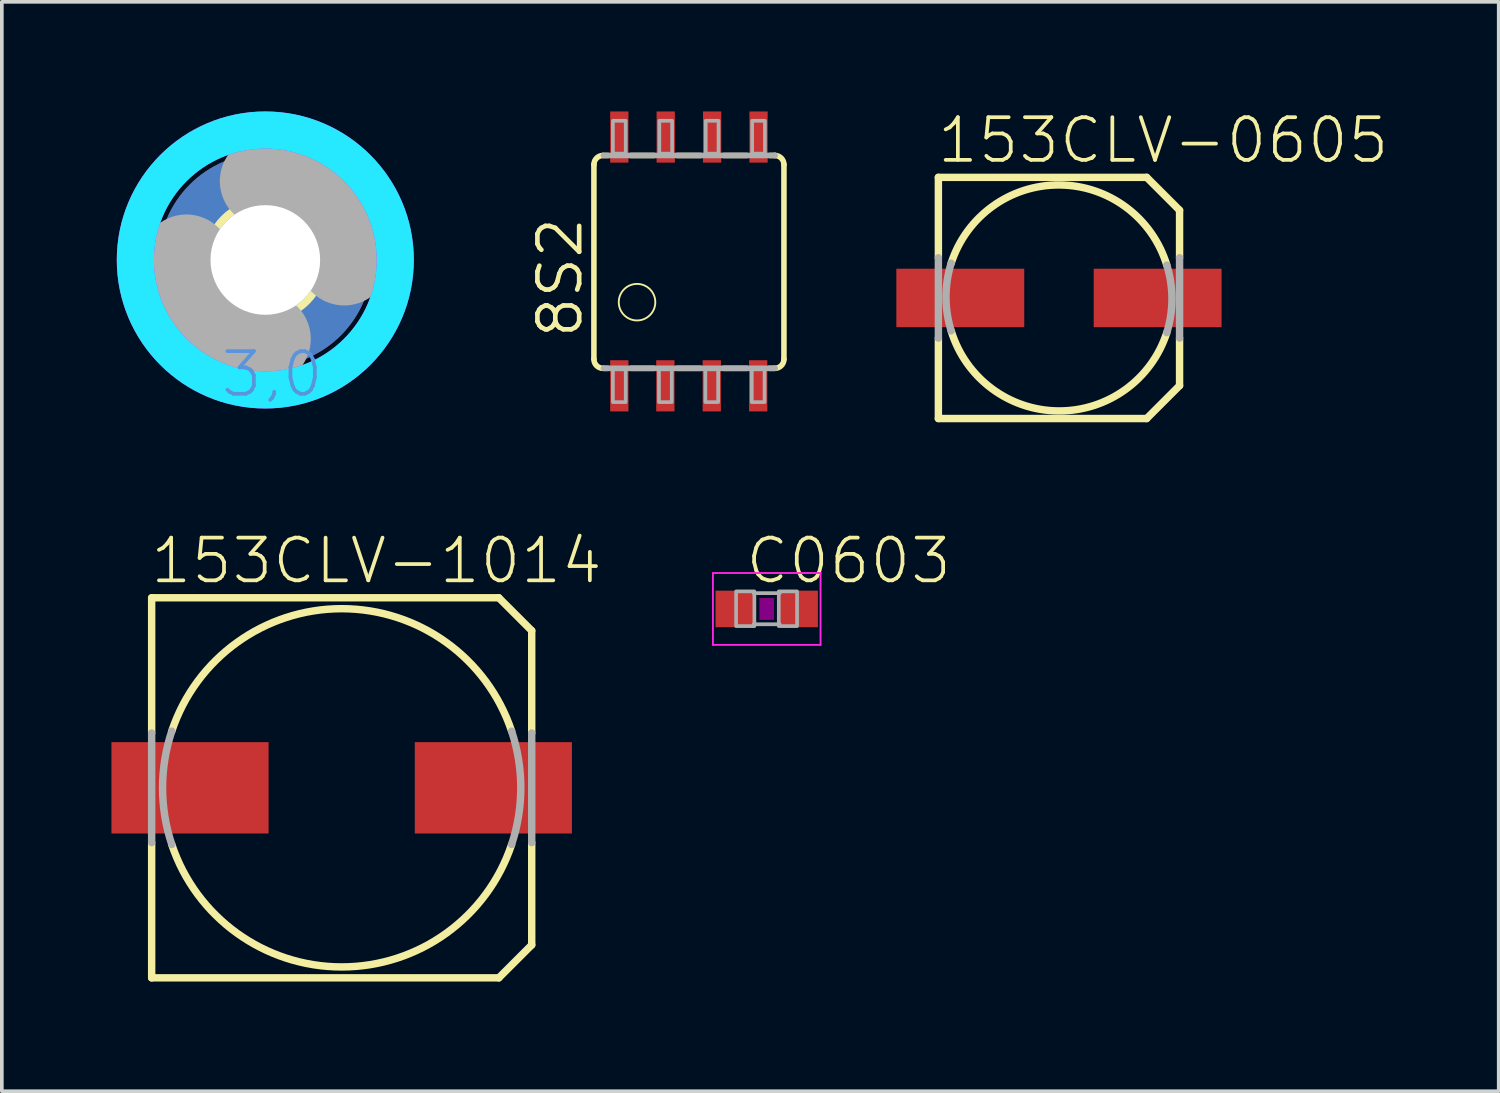
<source format=kicad_pcb>
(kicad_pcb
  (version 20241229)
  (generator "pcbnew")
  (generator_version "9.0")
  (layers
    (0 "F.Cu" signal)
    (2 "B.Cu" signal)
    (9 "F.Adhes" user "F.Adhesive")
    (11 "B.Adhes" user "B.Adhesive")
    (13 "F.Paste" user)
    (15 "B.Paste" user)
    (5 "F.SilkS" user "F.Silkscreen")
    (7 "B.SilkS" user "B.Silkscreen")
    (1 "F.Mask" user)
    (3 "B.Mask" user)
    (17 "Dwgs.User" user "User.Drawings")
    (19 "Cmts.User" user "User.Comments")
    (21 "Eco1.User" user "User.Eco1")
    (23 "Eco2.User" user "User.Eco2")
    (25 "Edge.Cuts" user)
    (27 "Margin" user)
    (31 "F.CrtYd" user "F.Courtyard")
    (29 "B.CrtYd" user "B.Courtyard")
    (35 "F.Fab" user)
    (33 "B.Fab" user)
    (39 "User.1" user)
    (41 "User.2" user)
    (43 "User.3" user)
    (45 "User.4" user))
  (footprint "153CLV-0605"
    (layer "F.Cu")
    (at 25.928 5.103)
    (property "Reference" "153CLV-0605" (at -3.39 -3.63 0) (unlocked yes) (layer "F.SilkS") (effects (font (size 1.168 1.168) (thickness 0.102)) (justify left bottom)))
    (fp_line (start -3.3 -3.3) (end 2.4 -3.3) (stroke (width 0.203) (type solid)) (layer "F.SilkS"))
    (fp_line (start -3.3 -1.1) (end -3.3 -3.3) (stroke (width 0.203) (type solid)) (layer "F.SilkS"))
    (fp_line (start -3.3 3.3) (end -3.3 1.1) (stroke (width 0.203) (type solid)) (layer "F.SilkS"))
    (fp_line (start 2.4 -3.3) (end 3.3 -2.4) (stroke (width 0.203) (type solid)) (layer "F.SilkS"))
    (fp_line (start 2.4 3.3) (end -3.3 3.3) (stroke (width 0.203) (type solid)) (layer "F.SilkS"))
    (fp_line (start 3.3 -2.4) (end 3.3 -1.1) (stroke (width 0.203) (type solid)) (layer "F.SilkS"))
    (fp_line (start 3.3 1.1) (end 3.3 2.4) (stroke (width 0.203) (type solid)) (layer "F.SilkS"))
    (fp_line (start 3.3 2.4) (end 2.4 3.3) (stroke (width 0.203) (type solid)) (layer "F.SilkS"))
    (fp_arc (start -2.95 -0.95) (mid 0.018362 -3.091623) (end 2.950002 -0.900001) (stroke (width 0.2032) (type solid)) (layer "F.SilkS"))
    (fp_arc (start 2.949998 0.949999) (mid -0.018362 3.09162) (end -2.95 0.9) (stroke (width 0.2032) (type solid)) (layer "F.SilkS"))
    (fp_line (start -3.3 1.1) (end -3.3 -1.1) (stroke (width 0.203) (type solid)) (layer "F.Fab"))
    (fp_line (start 3.3 -1.1) (end 3.3 1.1) (stroke (width 0.203) (type solid)) (layer "F.Fab"))
    (fp_arc (start -2.95 0.9) (mid -3.091622 -0.025) (end -2.95 -0.95) (stroke (width 0.2032) (type solid)) (layer "F.Fab"))
    (fp_arc (start 2.95 -0.9) (mid 3.091622 0.025) (end 2.95 0.95) (stroke (width 0.2032) (type solid)) (layer "F.Fab"))
    (pad "+" smd rect (at 2.7 0) (size 3.5 1.6) (layers "F.Cu" "F.Mask" "F.Paste"))
    (pad "-" smd rect (at -2.7 0) (size 3.5 1.6) (layers "F.Cu" "F.Mask" "F.Paste")))
  (footprint "153CLV-1014"
    (layer "F.Cu")
    (at 6.3 18.508)
    (property "Reference" "153CLV-1014" (at -5.29 -5.53 0) (unlocked yes) (layer "F.SilkS") (effects (font (size 1.168 1.168) (thickness 0.102)) (justify left bottom)))
    (fp_line (start -5.2 -5.2) (end 4.3 -5.2) (stroke (width 0.203) (type solid)) (layer "F.SilkS"))
    (fp_line (start -5.2 -1.5) (end -5.2 -5.2) (stroke (width 0.203) (type solid)) (layer "F.SilkS"))
    (fp_line (start -5.2 5.2) (end -5.2 1.5) (stroke (width 0.203) (type solid)) (layer "F.SilkS"))
    (fp_line (start 4.3 -5.2) (end 5.2 -4.3) (stroke (width 0.203) (type solid)) (layer "F.SilkS"))
    (fp_line (start 4.3 5.2) (end -5.2 5.2) (stroke (width 0.203) (type solid)) (layer "F.SilkS"))
    (fp_line (start 5.2 -4.3) (end 5.2 -1.5) (stroke (width 0.203) (type solid)) (layer "F.SilkS"))
    (fp_line (start 5.2 1.5) (end 5.2 4.3) (stroke (width 0.203) (type solid)) (layer "F.SilkS"))
    (fp_line (start 5.2 4.3) (end 4.3 5.2) (stroke (width 0.203) (type solid)) (layer "F.SilkS"))
    (fp_arc (start -4.65 -1.55) (mid 0 -4.90153) (end 4.65 -1.55) (stroke (width 0.2032) (type solid)) (layer "F.SilkS"))
    (fp_arc (start 4.65 1.55) (mid 0 4.90153) (end -4.65 1.55) (stroke (width 0.2032) (type solid)) (layer "F.SilkS"))
    (fp_line (start -5.2 1.5) (end -5.2 -1.5) (stroke (width 0.203) (type solid)) (layer "F.Fab"))
    (fp_line (start 5.2 -1.5) (end 5.2 1.5) (stroke (width 0.203) (type solid)) (layer "F.Fab"))
    (fp_arc (start -4.65 1.55) (mid -4.90153 0) (end -4.65 -1.55) (stroke (width 0.2032) (type solid)) (layer "F.Fab"))
    (fp_arc (start 4.65 -1.55) (mid 4.90153 0) (end 4.65 1.55) (stroke (width 0.2032) (type solid)) (layer "F.Fab"))
    (pad "+" smd rect (at 4.15 0) (size 4.3 2.5) (layers "F.Cu" "F.Mask" "F.Paste"))
    (pad "-" smd rect (at -4.15 0) (size 4.3 2.5) (layers "F.Cu" "F.Mask" "F.Paste")))
  (footprint "8S2"
    (layer "F.Cu")
    (at 15.802 4.104)
    (property "Reference" "8S2" (at -2.857 2.159 90) (unlocked yes) (layer "F.SilkS") (effects (font (size 1.143 1.143) (thickness 0.127)) (justify left bottom)))
    (fp_line (start -2.6 -2.65) (end -2.6 2.665) (stroke (width 0.152) (type solid)) (layer "F.SilkS"))
    (fp_line (start -2.21 -2.9) (end -2.34 -2.9) (stroke (width 0.152) (type solid)) (layer "F.SilkS"))
    (fp_line (start -2.21 2.925) (end -2.34 2.925) (stroke (width 0.152) (type solid)) (layer "F.SilkS"))
    (fp_line (start -1.59 -2.9) (end -0.95 -2.9) (stroke (width 0.152) (type solid)) (layer "F.SilkS"))
    (fp_line (start -0.95 2.925) (end -1.59 2.925) (stroke (width 0.152) (type solid)) (layer "F.SilkS"))
    (fp_line (start -0.32 -2.9) (end 0.32 -2.9) (stroke (width 0.152) (type solid)) (layer "F.SilkS"))
    (fp_line (start 0.32 2.925) (end -0.33 2.925) (stroke (width 0.152) (type solid)) (layer "F.SilkS"))
    (fp_line (start 0.95 -2.9) (end 1.59 -2.9) (stroke (width 0.152) (type solid)) (layer "F.SilkS"))
    (fp_line (start 1.59 2.925) (end 0.94 2.925) (stroke (width 0.152) (type solid)) (layer "F.SilkS"))
    (fp_line (start 2.2 2.925) (end 2.33 2.925) (stroke (width 0.152) (type solid)) (layer "F.SilkS"))
    (fp_line (start 2.21 -2.9) (end 2.36 -2.9) (stroke (width 0.152) (type solid)) (layer "F.SilkS"))
    (fp_line (start 2.6 2.675) (end 2.6 -2.65) (stroke (width 0.152) (type solid)) (layer "F.SilkS"))
    (fp_arc (start -2.6 -2.65) (mid -2.526777 -2.826777) (end -2.35 -2.9) (stroke (width 0.1524) (type solid)) (layer "F.SilkS"))
    (fp_arc (start -2.35 2.925) (mid -2.526777 2.851777) (end -2.6 2.675) (stroke (width 0.1524) (type solid)) (layer "F.SilkS"))
    (fp_arc (start 2.35 -2.9) (mid 2.526777 -2.826777) (end 2.6 -2.65) (stroke (width 0.1524) (type solid)) (layer "F.SilkS"))
    (fp_arc (start 2.6 2.675) (mid 2.526777 2.851777) (end 2.35 2.925) (stroke (width 0.1524) (type solid)) (layer "F.SilkS"))
    (fp_circle (center -1.42 1.115) (end -0.92 1.115) (stroke (width 0.051) (type solid)) (fill no) (layer "F.SilkS"))
    (fp_line (start -2.34 -2.9) (end 2.36 -2.9) (stroke (width 0.152) (type solid)) (layer "F.Fab"))
    (fp_line (start 2.36 2.925) (end -2.34 2.925) (stroke (width 0.152) (type solid)) (layer "F.Fab"))
    (fp_poly (pts (xy -2.08 -2.95) (xy -1.73 -2.95) (xy -1.73 -3.85) (xy -2.08 -3.85)) (stroke (width 0.1) (type default)) (fill no) (layer "F.Fab"))
    (fp_poly (pts (xy -2.08 3.85) (xy -1.73 3.85) (xy -1.73 2.95) (xy -2.08 2.95)) (stroke (width 0.1) (type default)) (fill no) (layer "F.Fab"))
    (fp_poly (pts (xy -0.82 3.85) (xy -0.47 3.85) (xy -0.47 2.95) (xy -0.82 2.95)) (stroke (width 0.1) (type default)) (fill no) (layer "F.Fab"))
    (fp_poly (pts (xy -0.81 -2.95) (xy -0.46 -2.95) (xy -0.46 -3.85) (xy -0.81 -3.85)) (stroke (width 0.1) (type default)) (fill no) (layer "F.Fab"))
    (fp_poly (pts (xy 0.45 3.85) (xy 0.8 3.85) (xy 0.8 2.95) (xy 0.45 2.95)) (stroke (width 0.1) (type default)) (fill no) (layer "F.Fab"))
    (fp_poly (pts (xy 0.46 -2.95) (xy 0.81 -2.95) (xy 0.81 -3.85) (xy 0.46 -3.85)) (stroke (width 0.1) (type default)) (fill no) (layer "F.Fab"))
    (fp_poly (pts (xy 1.72 3.85) (xy 2.07 3.85) (xy 2.07 2.95) (xy 1.72 2.95)) (stroke (width 0.1) (type default)) (fill no) (layer "F.Fab"))
    (fp_poly (pts (xy 1.73 -2.95) (xy 2.08 -2.95) (xy 2.08 -3.85) (xy 1.73 -3.85)) (stroke (width 0.1) (type default)) (fill no) (layer "F.Fab"))
    (pad "1" smd rect (at -1.905 3.404) (size 0.5 1.4) (layers "F.Cu" "F.Mask" "F.Paste"))
    (pad "2" smd rect (at -0.645 3.404) (size 0.5 1.4) (layers "F.Cu" "F.Mask" "F.Paste"))
    (pad "3" smd rect (at 0.625 3.404) (size 0.5 1.4) (layers "F.Cu" "F.Mask" "F.Paste"))
    (pad "4" smd rect (at 1.895 3.404) (size 0.5 1.4) (layers "F.Cu" "F.Mask" "F.Paste"))
    (pad "5" smd rect (at 1.905 -3.404) (size 0.5 1.4) (layers "F.Cu" "F.Mask" "F.Paste"))
    (pad "6" smd rect (at 0.635 -3.404) (size 0.5 1.4) (layers "F.Cu" "F.Mask" "F.Paste"))
    (pad "7" smd rect (at -0.635 -3.404) (size 0.5 1.4) (layers "F.Cu" "F.Mask" "F.Paste"))
    (pad "8" smd rect (at -1.905 -3.404) (size 0.5 1.4) (layers "F.Cu" "F.Mask" "F.Paste")))
  (footprint "3,0-PAD"
    (layer "F.Cu")
    (at 4.21 4.064)
    (property "Reference" "3,0-PAD" (at 0 0 0) (layer "F.SilkS") (effects (font (size 1.27 1.27) (thickness 0.15))))
    (fp_circle (center 0 0) (end 1.6 0) (stroke (width 0.203) (type solid)) (fill no) (layer "F.SilkS"))
    (fp_circle (center 0 0) (end 3.429 0) (stroke (width 0.152) (type solid)) (fill no) (layer "F.SilkS"))
    (fp_circle (center 0 0) (end 3.556 0) (stroke (width 1.016) (type solid)) (fill no) (layer "B.CrtYd"))
    (fp_circle (center 0 0) (end 3.556 0) (stroke (width 1.016) (type solid)) (fill no) (layer "F.CrtYd"))
    (fp_arc (start 0 -2.159) (mid 1.526644 -1.526644) (end 2.159 0) (stroke (width 2.4892) (type solid)) (layer "F.Fab"))
    (fp_arc (start 0 2.159) (mid -1.526644 1.526644) (end -2.159 0) (stroke (width 2.4892) (type solid)) (layer "F.Fab"))
    (fp_circle (center 0 0) (end 0.762 0) (stroke (width 0.457) (type solid)) (fill no) (layer "F.Fab"))
    (fp_text user "3,0" (at -1.27 3.81 0) (unlocked yes) (layer "Cmts.User") (effects (font (size 1.168 1.168) (thickness 0.102)) (justify left bottom)))
    (pad "B3,0" thru_hole circle (at 0 0) (size 5.842 5.842) (drill 3) (layers "*.Cu" "*.Mask"))
    (zone (net_name "") (layers "F.Cu" "B.Cu") (hatch edge 0.5) (connect_pads) (min_thickness 0.25) (filled_areas_thickness no) (keepout (tracks allowed) (vias not_allowed) (pads allowed) (copperpour allowed) (footprints allowed)) (placement (enabled no)) (fill) (polygon (pts (xy 8.274 4.064) (xy 8.254 3.659) (xy 8.194 3.259) (xy 8.094 2.866) (xy 7.955 2.485) (xy 7.779 2.12) (xy 7.568 1.775) (xy 7.324 1.452) (xy 7.048 1.155) (xy 6.744 0.887) (xy 6.415 0.65) (xy 6.064 0.448) (xy 5.695 0.281) (xy 5.311 0.152) (xy 4.916 0.062) (xy 4.514 0.011) (xy 4.109 0.001) (xy 3.705 0.032) (xy 3.306 0.102) (xy 2.916 0.212) (xy 2.539 0.36) (xy 2.178 0.544) (xy 1.838 0.764) (xy 1.521 1.017) (xy 1.231 1.3) (xy 0.971 1.61) (xy 0.743 1.945) (xy 0.549 2.301) (xy 0.391 2.674) (xy 0.272 3.061) (xy 0.192 3.458) (xy 0.151 3.861) (xy 0.151 4.267) (xy 0.192 4.67) (xy 0.272 5.067) (xy 0.391 5.454) (xy 0.549 5.827) (xy 0.743 6.183) (xy 0.971 6.518) (xy 1.231 6.828) (xy 1.521 7.111) (xy 1.838 7.364) (xy 2.178 7.584) (xy 2.539 7.768) (xy 2.916 7.916) (xy 3.306 8.026) (xy 3.705 8.096) (xy 4.109 8.127) (xy 4.514 8.117) (xy 4.916 8.066) (xy 5.311 7.976) (xy 5.695 7.847) (xy 6.064 7.68) (xy 6.415 7.478) (xy 6.744 7.241) (xy 7.048 6.973) (xy 7.324 6.676) (xy 7.568 6.353) (xy 7.779 6.008) (xy 7.955 5.643) (xy 8.094 5.262) (xy 8.194 4.869) (xy 8.254 4.469))) (polygon (pts (xy 7.258 4.064) (xy 7.239 3.717) (xy 7.179 3.374) (xy 7.081 3.04) (xy 6.946 2.719) (xy 6.775 2.416) (xy 6.57 2.135) (xy 6.335 1.878) (xy 6.072 1.65) (xy 5.784 1.454) (xy 5.477 1.291) (xy 5.152 1.165) (xy 4.816 1.077) (xy 4.471 1.027) (xy 4.123 1.017) (xy 3.777 1.047) (xy 3.436 1.116) (xy 3.105 1.224) (xy 2.788 1.368) (xy 2.49 1.548) (xy 2.214 1.76) (xy 1.965 2.003) (xy 1.744 2.272) (xy 1.556 2.565) (xy 1.403 2.878) (xy 1.286 3.205) (xy 1.207 3.544) (xy 1.167 3.89) (xy 1.167 4.238) (xy 1.207 4.584) (xy 1.286 4.923) (xy 1.403 5.25) (xy 1.556 5.563) (xy 1.744 5.856) (xy 1.965 6.125) (xy 2.214 6.368) (xy 2.49 6.58) (xy 2.788 6.76) (xy 3.105 6.904) (xy 3.436 7.012) (xy 3.777 7.081) (xy 4.123 7.111) (xy 4.471 7.101) (xy 4.816 7.051) (xy 5.152 6.963) (xy 5.477 6.837) (xy 5.784 6.674) (xy 6.072 6.478) (xy 6.335 6.25) (xy 6.57 5.993) (xy 6.775 5.712) (xy 6.946 5.409) (xy 7.081 5.088) (xy 7.179 4.754) (xy 7.239 4.411)))))
  (footprint "C0603"
    (layer "F.Cu")
    (at 17.931 13.613)
    (property "Reference" "C0603" (at -0.635 -0.635 0) (unlocked yes) (layer "F.SilkS") (effects (font (size 1.168 1.168) (thickness 0.102)) (justify left bottom)))
    (fp_poly (pts (xy -0.2 0.3) (xy 0.2 0.3) (xy 0.2 -0.3) (xy -0.2 -0.3)) (stroke (width 0) (type default)) (fill yes) (layer "F.Adhes"))
    (fp_line (start -1.473 -0.983) (end 1.473 -0.983) (stroke (width 0.051) (type solid)) (layer "F.CrtYd"))
    (fp_line (start -1.473 0.983) (end -1.473 -0.983) (stroke (width 0.051) (type solid)) (layer "F.CrtYd"))
    (fp_line (start 1.473 -0.983) (end 1.473 0.983) (stroke (width 0.051) (type solid)) (layer "F.CrtYd"))
    (fp_line (start 1.473 0.983) (end -1.473 0.983) (stroke (width 0.051) (type solid)) (layer "F.CrtYd"))
    (fp_line (start -0.356 -0.432) (end 0.356 -0.432) (stroke (width 0.102) (type solid)) (layer "F.Fab"))
    (fp_line (start -0.356 0.419) (end 0.356 0.419) (stroke (width 0.102) (type solid)) (layer "F.Fab"))
    (fp_poly (pts (xy -0.838 0.47) (xy -0.338 0.47) (xy -0.338 -0.48) (xy -0.838 -0.48)) (stroke (width 0.1) (type default)) (fill no) (layer "F.Fab"))
    (fp_poly (pts (xy 0.33 0.47) (xy 0.83 0.47) (xy 0.83 -0.48) (xy 0.33 -0.48)) (stroke (width 0.1) (type default)) (fill no) (layer "F.Fab"))
    (pad "1" smd rect (at -0.85 0) (size 1.1 1) (layers "F.Cu" "F.Mask" "F.Paste"))
    (pad "2" smd rect (at 0.85 0) (size 1.1 1) (layers "F.Cu" "F.Mask" "F.Paste")))
  (gr_rect
    (start -3 -3)
    (end 37.961 26.81)
    (stroke (width 0.1) (type default))
    (fill no)
    (layer "Edge.Cuts")))
</source>
